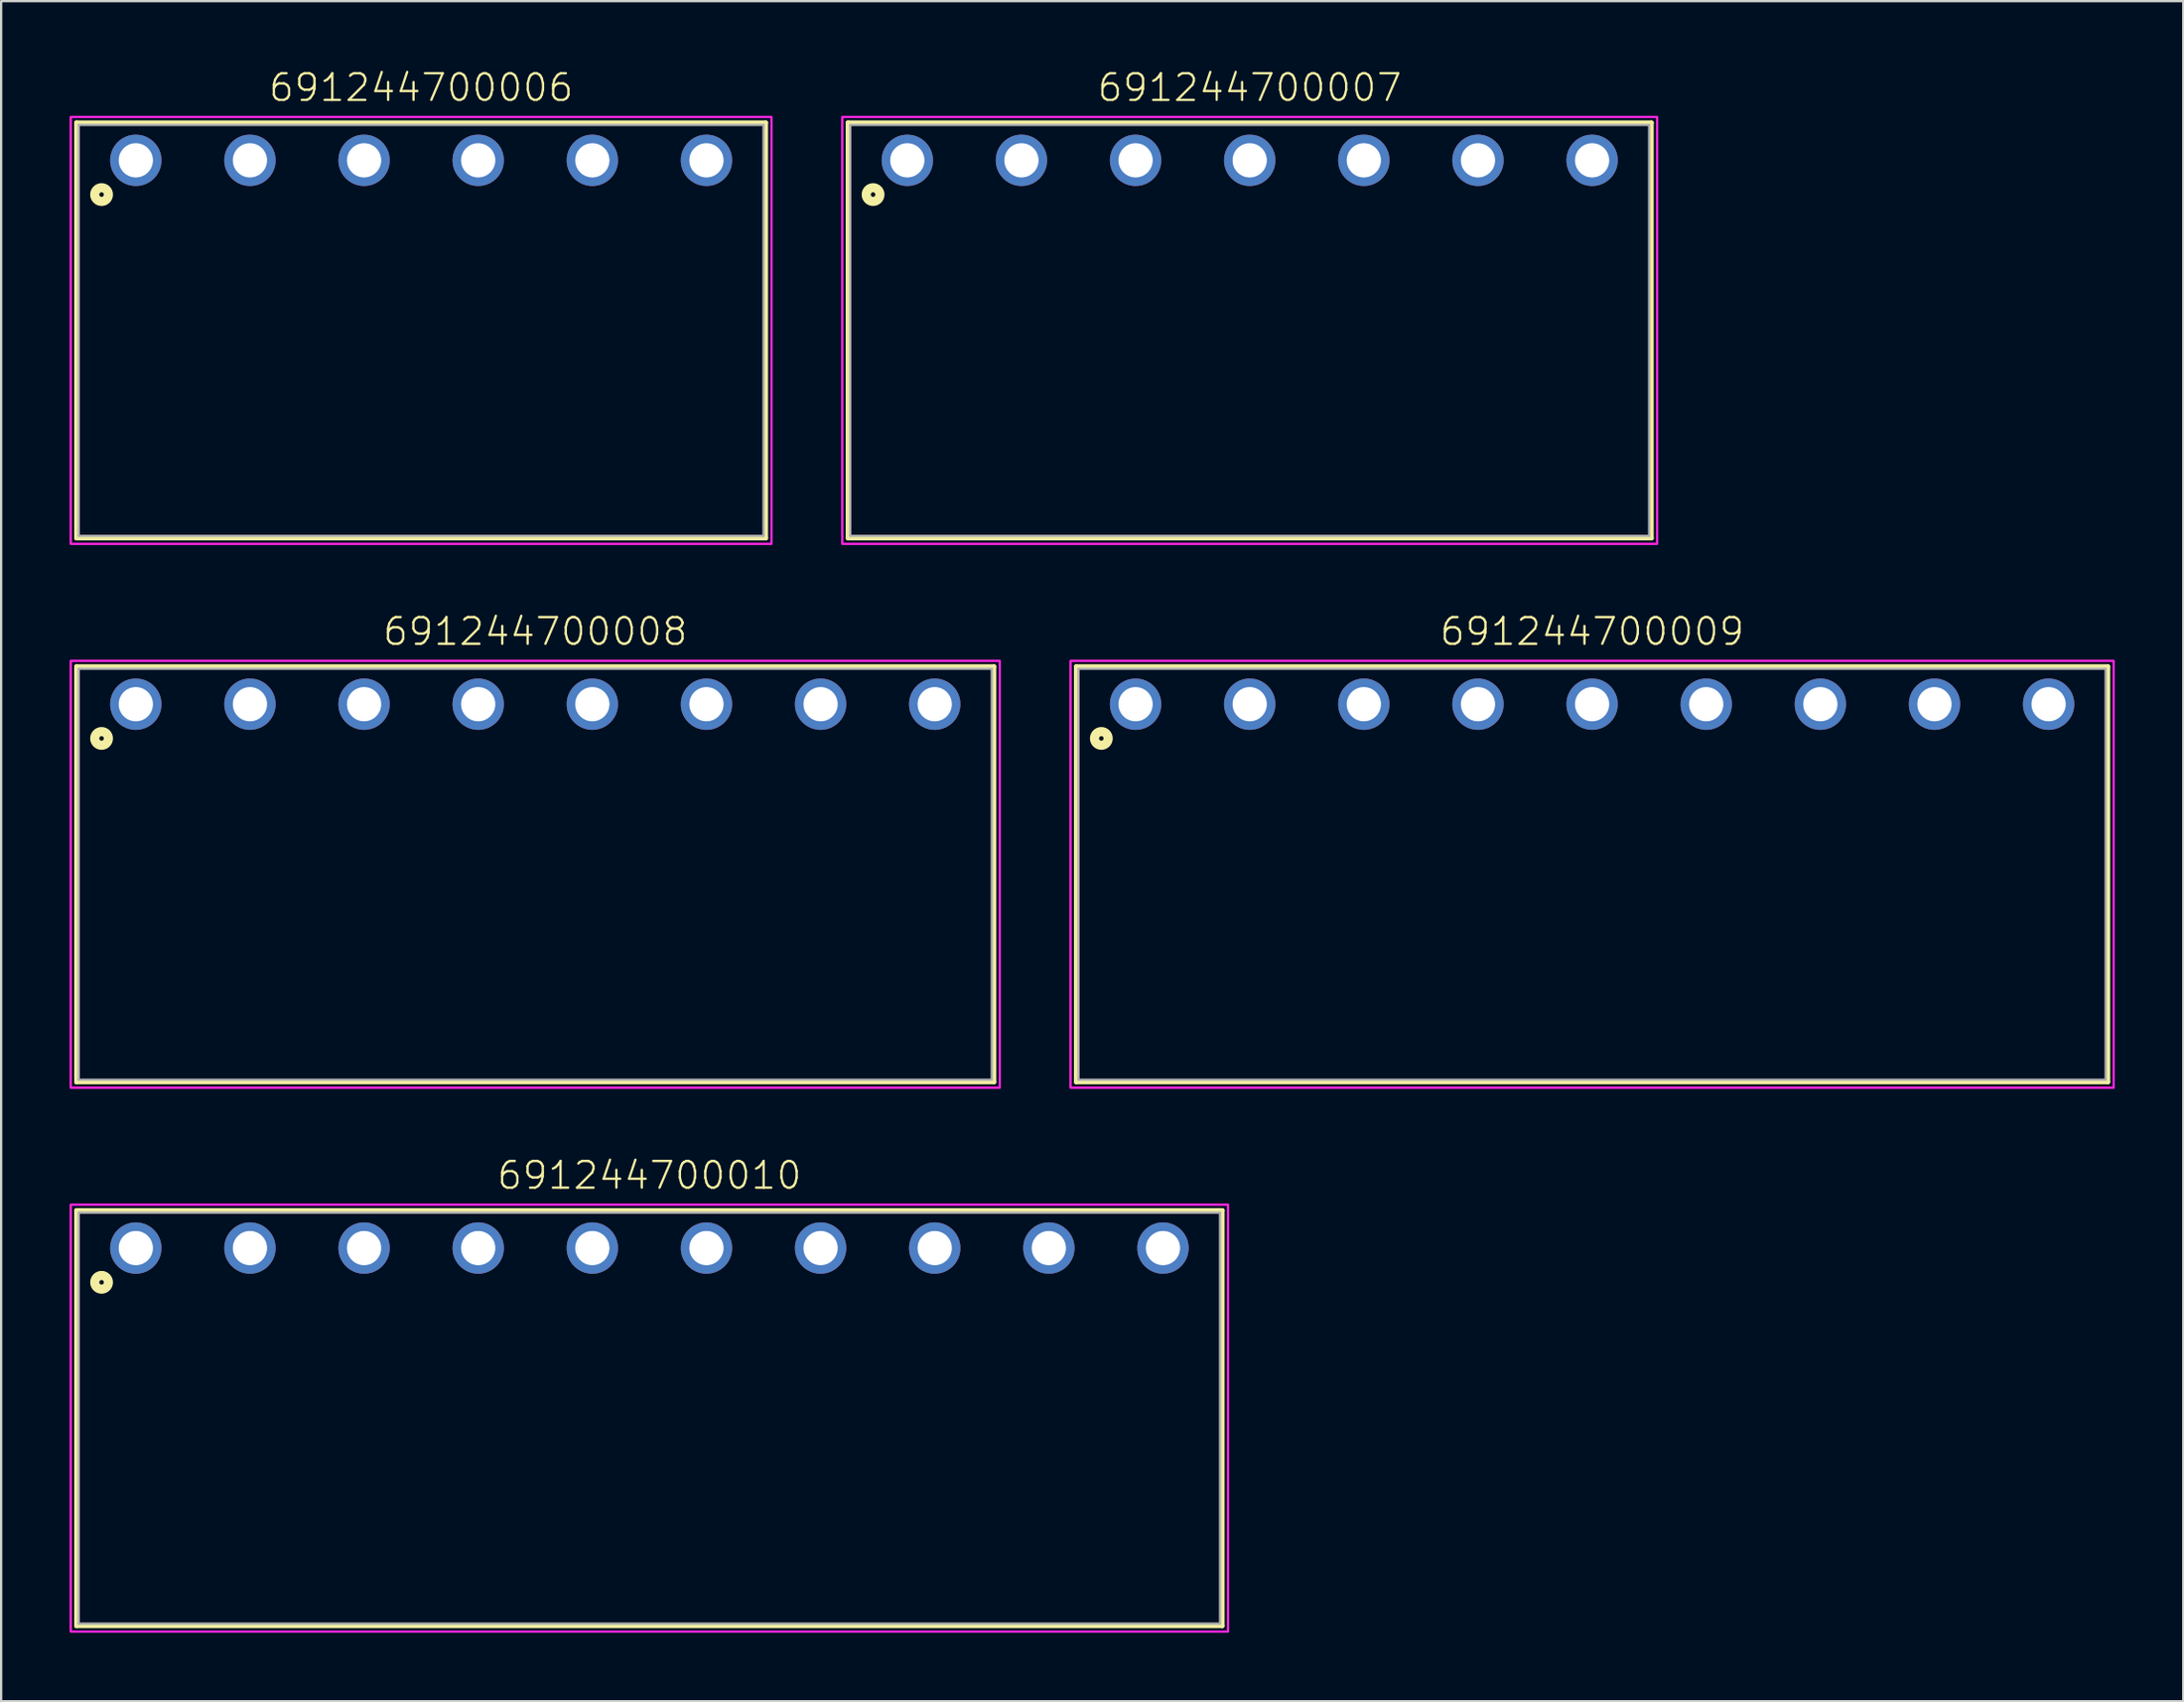
<source format=kicad_pcb>
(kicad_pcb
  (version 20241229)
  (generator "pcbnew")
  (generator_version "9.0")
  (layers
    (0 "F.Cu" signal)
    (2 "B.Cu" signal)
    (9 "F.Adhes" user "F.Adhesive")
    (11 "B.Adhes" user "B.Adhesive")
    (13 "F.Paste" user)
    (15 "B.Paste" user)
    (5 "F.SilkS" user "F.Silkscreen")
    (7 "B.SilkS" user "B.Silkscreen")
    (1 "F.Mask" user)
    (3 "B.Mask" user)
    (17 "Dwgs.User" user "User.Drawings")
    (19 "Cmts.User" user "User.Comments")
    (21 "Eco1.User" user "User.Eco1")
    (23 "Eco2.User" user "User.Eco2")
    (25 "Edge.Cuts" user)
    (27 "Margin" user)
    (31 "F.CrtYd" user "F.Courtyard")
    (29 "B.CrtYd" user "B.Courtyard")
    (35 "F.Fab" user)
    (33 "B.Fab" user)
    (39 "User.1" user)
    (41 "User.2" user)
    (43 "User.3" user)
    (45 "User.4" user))
  (footprint "691244700010"
    (layer "F.Cu")
    (at 25.4 51.62)
    (property "Reference" "691244700010" (at 0 -2.5 0) (unlocked yes) (layer "F.SilkS") (effects (font (size 1.168 1.168) (thickness 0.102)) (justify bottom)))
    (fp_line (start -25.1 -1.65) (end 25.1 -1.65) (stroke (width 0.2) (type solid)) (layer "F.SilkS"))
    (fp_line (start -25.1 16.55) (end -25.1 -1.65) (stroke (width 0.2) (type solid)) (layer "F.SilkS"))
    (fp_line (start 25.1 -1.65) (end 25.1 16.55) (stroke (width 0.2) (type solid)) (layer "F.SilkS"))
    (fp_line (start 25.1 16.55) (end -25.1 16.55) (stroke (width 0.2) (type solid)) (layer "F.SilkS"))
    (fp_circle (center -24 1.5) (end -23.9 1.5) (stroke (width 0.4) (type solid)) (fill no) (layer "F.SilkS"))
    (fp_poly (pts (xy 25.35 16.8) (xy -25.35 16.8) (xy -25.35 -1.9) (xy 25.35 -1.9)) (stroke (width 0.1) (type default)) (fill no) (layer "F.CrtYd"))
    (fp_line (start -25 16.45) (end -25 -1.55) (stroke (width 0.1) (type solid)) (layer "F.Fab"))
    (fp_line (start 25 -1.55) (end -25 -1.55) (stroke (width 0.1) (type solid)) (layer "F.Fab"))
    (fp_line (start 25 16.45) (end -25 16.45) (stroke (width 0.1) (type solid)) (layer "F.Fab"))
    (fp_line (start 25 16.45) (end 25 -1.55) (stroke (width 0.1) (type solid)) (layer "F.Fab"))
    (pad "1" thru_hole circle (at -22.5 0 180) (size 2.25 2.25) (drill 1.5) (layers "*.Cu" "*.Mask"))
    (pad "2" thru_hole circle (at -17.5 0 180) (size 2.25 2.25) (drill 1.5) (layers "*.Cu" "*.Mask"))
    (pad "3" thru_hole circle (at -12.5 0 180) (size 2.25 2.25) (drill 1.5) (layers "*.Cu" "*.Mask"))
    (pad "4" thru_hole circle (at -7.5 0 180) (size 2.25 2.25) (drill 1.5) (layers "*.Cu" "*.Mask"))
    (pad "5" thru_hole circle (at -2.5 0 180) (size 2.25 2.25) (drill 1.5) (layers "*.Cu" "*.Mask"))
    (pad "6" thru_hole circle (at 2.5 0 180) (size 2.25 2.25) (drill 1.5) (layers "*.Cu" "*.Mask"))
    (pad "7" thru_hole circle (at 7.5 0 180) (size 2.25 2.25) (drill 1.5) (layers "*.Cu" "*.Mask"))
    (pad "8" thru_hole circle (at 12.5 0 180) (size 2.25 2.25) (drill 1.5) (layers "*.Cu" "*.Mask"))
    (pad "9" thru_hole circle (at 17.5 0 180) (size 2.25 2.25) (drill 1.5) (layers "*.Cu" "*.Mask"))
    (pad "10" thru_hole circle (at 22.5 0 180) (size 2.25 2.25) (drill 1.5) (layers "*.Cu" "*.Mask")))
  (footprint "691244700008"
    (layer "F.Cu")
    (at 20.4 27.796)
    (property "Reference" "691244700008" (at 0 -2.5 0) (unlocked yes) (layer "F.SilkS") (effects (font (size 1.168 1.168) (thickness 0.102)) (justify bottom)))
    (fp_line (start -20.1 -1.65) (end 20.1 -1.65) (stroke (width 0.2) (type solid)) (layer "F.SilkS"))
    (fp_line (start -20.1 16.55) (end -20.1 -1.65) (stroke (width 0.2) (type solid)) (layer "F.SilkS"))
    (fp_line (start 20.1 -1.65) (end 20.1 16.55) (stroke (width 0.2) (type solid)) (layer "F.SilkS"))
    (fp_line (start 20.1 16.55) (end -20.1 16.55) (stroke (width 0.2) (type solid)) (layer "F.SilkS"))
    (fp_circle (center -19 1.5) (end -18.9 1.5) (stroke (width 0.4) (type solid)) (fill no) (layer "F.SilkS"))
    (fp_poly (pts (xy 20.35 16.8) (xy -20.35 16.8) (xy -20.35 -1.9) (xy 20.35 -1.9)) (stroke (width 0.1) (type default)) (fill no) (layer "F.CrtYd"))
    (fp_line (start -20 16.45) (end -20 -1.55) (stroke (width 0.1) (type solid)) (layer "F.Fab"))
    (fp_line (start 20 -1.55) (end -20 -1.55) (stroke (width 0.1) (type solid)) (layer "F.Fab"))
    (fp_line (start 20 16.45) (end -20 16.45) (stroke (width 0.1) (type solid)) (layer "F.Fab"))
    (fp_line (start 20 16.45) (end 20 -1.55) (stroke (width 0.1) (type solid)) (layer "F.Fab"))
    (pad "1" thru_hole circle (at -17.5 0 180) (size 2.25 2.25) (drill 1.5) (layers "*.Cu" "*.Mask"))
    (pad "2" thru_hole circle (at -12.5 0 180) (size 2.25 2.25) (drill 1.5) (layers "*.Cu" "*.Mask"))
    (pad "3" thru_hole circle (at -7.5 0 180) (size 2.25 2.25) (drill 1.5) (layers "*.Cu" "*.Mask"))
    (pad "4" thru_hole circle (at -2.5 0 180) (size 2.25 2.25) (drill 1.5) (layers "*.Cu" "*.Mask"))
    (pad "5" thru_hole circle (at 2.5 0 180) (size 2.25 2.25) (drill 1.5) (layers "*.Cu" "*.Mask"))
    (pad "6" thru_hole circle (at 7.5 0 180) (size 2.25 2.25) (drill 1.5) (layers "*.Cu" "*.Mask"))
    (pad "7" thru_hole circle (at 12.5 0 180) (size 2.25 2.25) (drill 1.5) (layers "*.Cu" "*.Mask"))
    (pad "8" thru_hole circle (at 17.5 0 180) (size 2.25 2.25) (drill 1.5) (layers "*.Cu" "*.Mask")))
  (footprint "691244700006"
    (layer "F.Cu")
    (at 15.4 3.973)
    (property "Reference" "691244700006" (at 0 -2.5 0) (unlocked yes) (layer "F.SilkS") (effects (font (size 1.168 1.168) (thickness 0.102)) (justify bottom)))
    (fp_line (start -15.1 -1.65) (end 15.1 -1.65) (stroke (width 0.2) (type solid)) (layer "F.SilkS"))
    (fp_line (start -15.1 16.55) (end -15.1 -1.65) (stroke (width 0.2) (type solid)) (layer "F.SilkS"))
    (fp_line (start 15.1 -1.65) (end 15.1 16.55) (stroke (width 0.2) (type solid)) (layer "F.SilkS"))
    (fp_line (start 15.1 16.55) (end -15.1 16.55) (stroke (width 0.2) (type solid)) (layer "F.SilkS"))
    (fp_circle (center -14 1.5) (end -13.9 1.5) (stroke (width 0.4) (type solid)) (fill no) (layer "F.SilkS"))
    (fp_poly (pts (xy 15.35 16.8) (xy -15.35 16.8) (xy -15.35 -1.9) (xy 15.35 -1.9)) (stroke (width 0.1) (type default)) (fill no) (layer "F.CrtYd"))
    (fp_line (start -15 16.45) (end -15 -1.55) (stroke (width 0.1) (type solid)) (layer "F.Fab"))
    (fp_line (start 15 -1.55) (end -15 -1.55) (stroke (width 0.1) (type solid)) (layer "F.Fab"))
    (fp_line (start 15 16.45) (end -15 16.45) (stroke (width 0.1) (type solid)) (layer "F.Fab"))
    (fp_line (start 15 16.45) (end 15 -1.55) (stroke (width 0.1) (type solid)) (layer "F.Fab"))
    (pad "1" thru_hole circle (at -12.5 0 180) (size 2.25 2.25) (drill 1.5) (layers "*.Cu" "*.Mask"))
    (pad "2" thru_hole circle (at -7.5 0 180) (size 2.25 2.25) (drill 1.5) (layers "*.Cu" "*.Mask"))
    (pad "3" thru_hole circle (at -2.5 0 180) (size 2.25 2.25) (drill 1.5) (layers "*.Cu" "*.Mask"))
    (pad "4" thru_hole circle (at 2.5 0 180) (size 2.25 2.25) (drill 1.5) (layers "*.Cu" "*.Mask"))
    (pad "5" thru_hole circle (at 7.5 0 180) (size 2.25 2.25) (drill 1.5) (layers "*.Cu" "*.Mask"))
    (pad "6" thru_hole circle (at 12.5 0 180) (size 2.25 2.25) (drill 1.5) (layers "*.Cu" "*.Mask")))
  (footprint "691244700009"
    (layer "F.Cu")
    (at 66.7 27.796)
    (property "Reference" "691244700009" (at 0 -2.5 0) (unlocked yes) (layer "F.SilkS") (effects (font (size 1.168 1.168) (thickness 0.102)) (justify bottom)))
    (fp_line (start -22.6 -1.65) (end 22.6 -1.65) (stroke (width 0.2) (type solid)) (layer "F.SilkS"))
    (fp_line (start -22.6 16.55) (end -22.6 -1.65) (stroke (width 0.2) (type solid)) (layer "F.SilkS"))
    (fp_line (start 22.6 -1.65) (end 22.6 16.55) (stroke (width 0.2) (type solid)) (layer "F.SilkS"))
    (fp_line (start 22.6 16.55) (end -22.6 16.55) (stroke (width 0.2) (type solid)) (layer "F.SilkS"))
    (fp_circle (center -21.5 1.5) (end -21.4 1.5) (stroke (width 0.4) (type solid)) (fill no) (layer "F.SilkS"))
    (fp_poly (pts (xy 22.85 16.8) (xy -22.85 16.8) (xy -22.85 -1.9) (xy 22.85 -1.9)) (stroke (width 0.1) (type default)) (fill no) (layer "F.CrtYd"))
    (fp_line (start -22.5 16.45) (end -22.5 -1.55) (stroke (width 0.1) (type solid)) (layer "F.Fab"))
    (fp_line (start 22.5 -1.55) (end -22.5 -1.55) (stroke (width 0.1) (type solid)) (layer "F.Fab"))
    (fp_line (start 22.5 16.45) (end -22.5 16.45) (stroke (width 0.1) (type solid)) (layer "F.Fab"))
    (fp_line (start 22.5 16.45) (end 22.5 -1.55) (stroke (width 0.1) (type solid)) (layer "F.Fab"))
    (pad "1" thru_hole circle (at -20 0 180) (size 2.25 2.25) (drill 1.5) (layers "*.Cu" "*.Mask"))
    (pad "2" thru_hole circle (at -15 0 180) (size 2.25 2.25) (drill 1.5) (layers "*.Cu" "*.Mask"))
    (pad "3" thru_hole circle (at -10 0 180) (size 2.25 2.25) (drill 1.5) (layers "*.Cu" "*.Mask"))
    (pad "4" thru_hole circle (at -5 0 180) (size 2.25 2.25) (drill 1.5) (layers "*.Cu" "*.Mask"))
    (pad "5" thru_hole circle (at 0 0 180) (size 2.25 2.25) (drill 1.5) (layers "*.Cu" "*.Mask"))
    (pad "6" thru_hole circle (at 5 0 180) (size 2.25 2.25) (drill 1.5) (layers "*.Cu" "*.Mask"))
    (pad "7" thru_hole circle (at 10 0 180) (size 2.25 2.25) (drill 1.5) (layers "*.Cu" "*.Mask"))
    (pad "8" thru_hole circle (at 15 0 180) (size 2.25 2.25) (drill 1.5) (layers "*.Cu" "*.Mask"))
    (pad "9" thru_hole circle (at 20 0 180) (size 2.25 2.25) (drill 1.5) (layers "*.Cu" "*.Mask")))
  (footprint "691244700007"
    (layer "F.Cu")
    (at 51.7 3.973)
    (property "Reference" "691244700007" (at 0 -2.5 0) (unlocked yes) (layer "F.SilkS") (effects (font (size 1.168 1.168) (thickness 0.102)) (justify bottom)))
    (fp_line (start -17.6 -1.65) (end 17.6 -1.65) (stroke (width 0.2) (type solid)) (layer "F.SilkS"))
    (fp_line (start -17.6 16.55) (end -17.6 -1.65) (stroke (width 0.2) (type solid)) (layer "F.SilkS"))
    (fp_line (start 17.6 -1.65) (end 17.6 16.55) (stroke (width 0.2) (type solid)) (layer "F.SilkS"))
    (fp_line (start 17.6 16.55) (end -17.6 16.55) (stroke (width 0.2) (type solid)) (layer "F.SilkS"))
    (fp_circle (center -16.5 1.5) (end -16.4 1.5) (stroke (width 0.4) (type solid)) (fill no) (layer "F.SilkS"))
    (fp_poly (pts (xy 17.85 16.8) (xy -17.85 16.8) (xy -17.85 -1.9) (xy 17.85 -1.9)) (stroke (width 0.1) (type default)) (fill no) (layer "F.CrtYd"))
    (fp_line (start -17.5 16.45) (end -17.5 -1.55) (stroke (width 0.1) (type solid)) (layer "F.Fab"))
    (fp_line (start 17.5 -1.55) (end -17.5 -1.55) (stroke (width 0.1) (type solid)) (layer "F.Fab"))
    (fp_line (start 17.5 16.45) (end -17.5 16.45) (stroke (width 0.1) (type solid)) (layer "F.Fab"))
    (fp_line (start 17.5 16.45) (end 17.5 -1.55) (stroke (width 0.1) (type solid)) (layer "F.Fab"))
    (pad "1" thru_hole circle (at -15 0 180) (size 2.25 2.25) (drill 1.5) (layers "*.Cu" "*.Mask"))
    (pad "2" thru_hole circle (at -10 0 180) (size 2.25 2.25) (drill 1.5) (layers "*.Cu" "*.Mask"))
    (pad "3" thru_hole circle (at -5 0 180) (size 2.25 2.25) (drill 1.5) (layers "*.Cu" "*.Mask"))
    (pad "4" thru_hole circle (at 0 0 180) (size 2.25 2.25) (drill 1.5) (layers "*.Cu" "*.Mask"))
    (pad "5" thru_hole circle (at 5 0 180) (size 2.25 2.25) (drill 1.5) (layers "*.Cu" "*.Mask"))
    (pad "6" thru_hole circle (at 10 0 180) (size 2.25 2.25) (drill 1.5) (layers "*.Cu" "*.Mask"))
    (pad "7" thru_hole circle (at 15 0 180) (size 2.25 2.25) (drill 1.5) (layers "*.Cu" "*.Mask")))
  (gr_rect
    (start -3 -3)
    (end 92.6 71.47)
    (stroke (width 0.1) (type default))
    (fill no)
    (layer "Edge.Cuts")))
</source>
